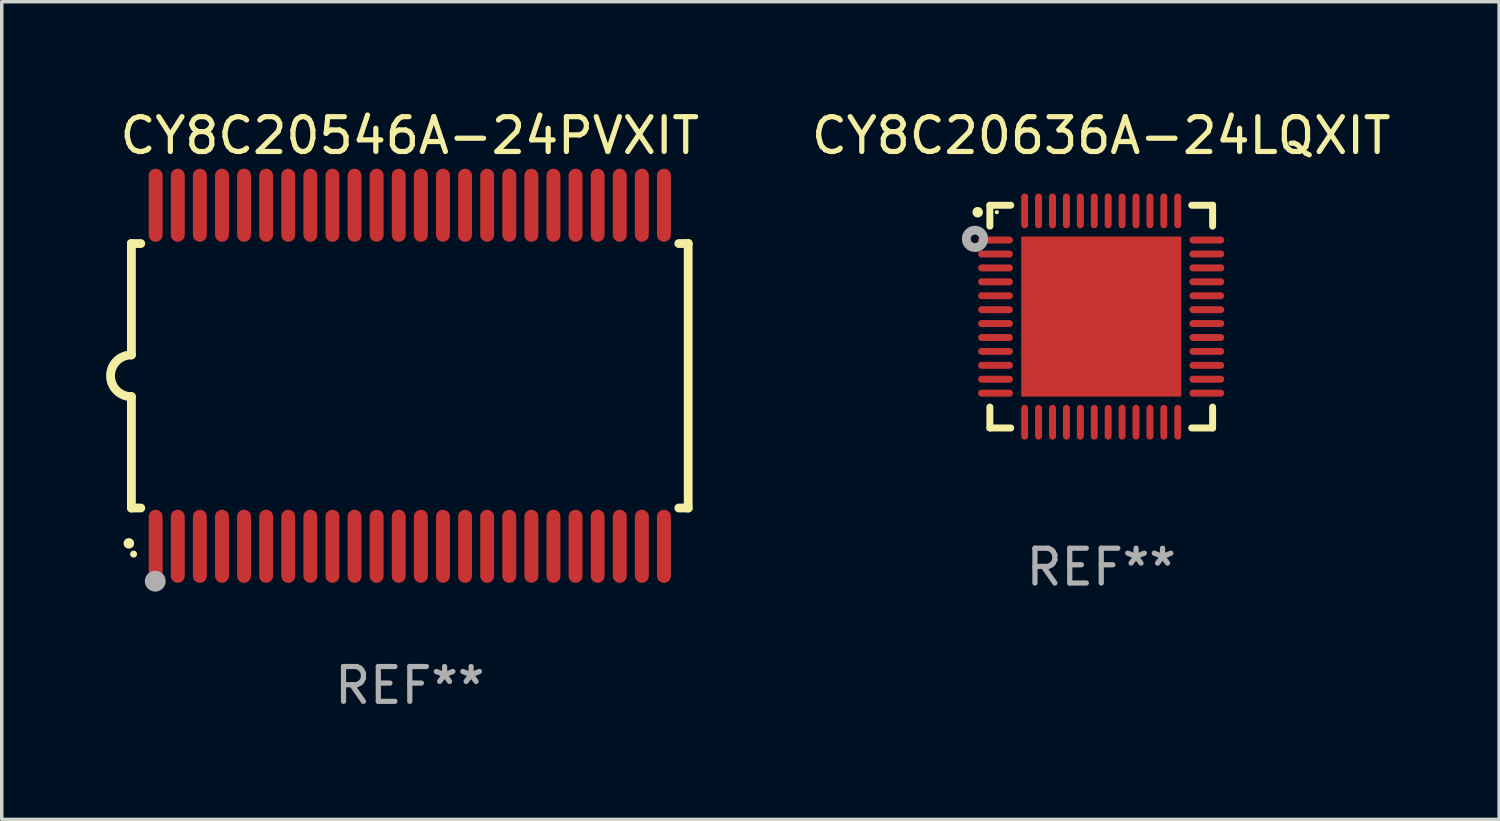
<source format=kicad_pcb>
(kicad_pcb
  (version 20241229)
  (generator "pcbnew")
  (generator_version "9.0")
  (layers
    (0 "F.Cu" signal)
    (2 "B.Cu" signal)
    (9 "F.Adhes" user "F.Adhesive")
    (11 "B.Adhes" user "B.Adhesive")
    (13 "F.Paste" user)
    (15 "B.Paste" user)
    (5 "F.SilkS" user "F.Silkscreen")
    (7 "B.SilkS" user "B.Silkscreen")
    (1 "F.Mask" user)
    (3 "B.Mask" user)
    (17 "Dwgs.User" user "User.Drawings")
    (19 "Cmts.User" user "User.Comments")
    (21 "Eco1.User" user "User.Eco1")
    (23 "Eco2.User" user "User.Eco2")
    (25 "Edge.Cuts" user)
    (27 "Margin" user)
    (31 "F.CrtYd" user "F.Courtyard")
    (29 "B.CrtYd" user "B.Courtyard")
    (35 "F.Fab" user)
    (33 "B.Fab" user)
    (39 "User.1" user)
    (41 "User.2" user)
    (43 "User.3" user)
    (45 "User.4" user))
  (footprint "CY8C20636A-24LQXIT"
    (layer "F.Cu")
    (at 28.595 6.048)
    (property "Reference" "CY8C20636A-24LQXIT" (at 0 -5.2 0) (layer "F.SilkS") (effects (font (size 1 1) (thickness 0.15))))
    (attr through_hole)
    (fp_line (start -3.2 -3.2) (end -2.6 -3.2) (stroke (width 0.2) (type solid)) (layer "F.SilkS"))
    (fp_line (start -3.2 -2.6) (end -3.2 -3.2) (stroke (width 0.2) (type solid)) (layer "F.SilkS"))
    (fp_line (start -3.2 3.2) (end -3.2 2.6) (stroke (width 0.2) (type solid)) (layer "F.SilkS"))
    (fp_line (start -2.6 3.2) (end -3.2 3.2) (stroke (width 0.2) (type solid)) (layer "F.SilkS"))
    (fp_line (start 2.6 -3.2) (end 3.2 -3.2) (stroke (width 0.2) (type solid)) (layer "F.SilkS"))
    (fp_line (start 2.6 3.2) (end 3.2 3.2) (stroke (width 0.2) (type solid)) (layer "F.SilkS"))
    (fp_line (start 3.2 -3.2) (end 3.2 -2.6) (stroke (width 0.2) (type solid)) (layer "F.SilkS"))
    (fp_line (start 3.2 3.2) (end 3.2 2.6) (stroke (width 0.2) (type solid)) (layer "F.SilkS"))
    (fp_arc (start -3.550025 -2.998349) (mid -3.55003 -2.999619) (end -3.550025 -3.000889) (stroke (width 0.3) (type solid)) (layer "F.SilkS"))
    (fp_circle (center -3 -3) (end -2.97 -3) (stroke (width 0.06) (type solid)) (fill no) (layer "F.SilkS"))
    (fp_circle (center -3.628 -2.234) (end -3.505 -2.234) (stroke (width 0.254) (type solid)) (fill no) (layer "F.Fab"))
    (fp_text user "REF**" (at 0 7.2 0) (layer "F.Fab") (effects (font (size 1 1) (thickness 0.15))))
    (pad "1" smd oval (at -3.038 -2.2) (size 1 0.2) (layers "F.Cu" "F.Mask" "F.Paste"))
    (pad "2" smd oval (at -3.038 -1.799) (size 1 0.2) (layers "F.Cu" "F.Mask" "F.Paste"))
    (pad "3" smd oval (at -3.038 -1.4) (size 1 0.2) (layers "F.Cu" "F.Mask" "F.Paste"))
    (pad "4" smd oval (at -3.038 -0.999) (size 1 0.2) (layers "F.Cu" "F.Mask" "F.Paste"))
    (pad "5" smd oval (at -3.038 -0.6) (size 1 0.2) (layers "F.Cu" "F.Mask" "F.Paste"))
    (pad "6" smd oval (at -3.038 -0.199) (size 1 0.2) (layers "F.Cu" "F.Mask" "F.Paste"))
    (pad "7" smd oval (at -3.038 0.2) (size 1 0.2) (layers "F.Cu" "F.Mask" "F.Paste"))
    (pad "8" smd oval (at -3.038 0.6) (size 1 0.2) (layers "F.Cu" "F.Mask" "F.Paste"))
    (pad "9" smd oval (at -3.038 1) (size 1 0.2) (layers "F.Cu" "F.Mask" "F.Paste"))
    (pad "10" smd oval (at -3.038 1.4) (size 1 0.2) (layers "F.Cu" "F.Mask" "F.Paste"))
    (pad "11" smd oval (at -3.038 1.8) (size 1 0.2) (layers "F.Cu" "F.Mask" "F.Paste"))
    (pad "12" smd oval (at -3.038 2.2) (size 1 0.2) (layers "F.Cu" "F.Mask" "F.Paste"))
    (pad "13" smd oval (at -2.2 3.035) (size 0.2 1) (layers "F.Cu" "F.Mask" "F.Paste"))
    (pad "14" smd oval (at -1.801 3.035) (size 0.2 1) (layers "F.Cu" "F.Mask" "F.Paste"))
    (pad "15" smd oval (at -1.4 3.035) (size 0.2 1) (layers "F.Cu" "F.Mask" "F.Paste"))
    (pad "16" smd oval (at -1 3.035) (size 0.2 1) (layers "F.Cu" "F.Mask" "F.Paste"))
    (pad "17" smd oval (at -0.6 3.035) (size 0.2 1) (layers "F.Cu" "F.Mask" "F.Paste"))
    (pad "18" smd oval (at -0.2 3.035) (size 0.2 1) (layers "F.Cu" "F.Mask" "F.Paste"))
    (pad "19" smd oval (at 0.199 3.035) (size 0.2 1) (layers "F.Cu" "F.Mask" "F.Paste"))
    (pad "20" smd oval (at 0.6 3.035) (size 0.2 1) (layers "F.Cu" "F.Mask" "F.Paste"))
    (pad "21" smd oval (at 0.999 3.035) (size 0.2 1) (layers "F.Cu" "F.Mask" "F.Paste"))
    (pad "22" smd oval (at 1.4 3.035) (size 0.2 1) (layers "F.Cu" "F.Mask" "F.Paste"))
    (pad "23" smd oval (at 1.799 3.035) (size 0.2 1) (layers "F.Cu" "F.Mask" "F.Paste"))
    (pad "24" smd oval (at 2.199 3.035) (size 0.2 1) (layers "F.Cu" "F.Mask" "F.Paste"))
    (pad "25" smd oval (at 3.034 2.2) (size 1 0.2) (layers "F.Cu" "F.Mask" "F.Paste"))
    (pad "26" smd oval (at 3.034 1.8) (size 1 0.2) (layers "F.Cu" "F.Mask" "F.Paste"))
    (pad "27" smd oval (at 3.034 1.4) (size 1 0.2) (layers "F.Cu" "F.Mask" "F.Paste"))
    (pad "28" smd oval (at 3.034 1) (size 1 0.2) (layers "F.Cu" "F.Mask" "F.Paste"))
    (pad "29" smd oval (at 3.034 0.6) (size 1 0.2) (layers "F.Cu" "F.Mask" "F.Paste"))
    (pad "30" smd oval (at 3.034 0.2) (size 1 0.2) (layers "F.Cu" "F.Mask" "F.Paste"))
    (pad "31" smd oval (at 3.034 -0.2) (size 1 0.2) (layers "F.Cu" "F.Mask" "F.Paste"))
    (pad "32" smd oval (at 3.034 -0.6) (size 1 0.2) (layers "F.Cu" "F.Mask" "F.Paste"))
    (pad "33" smd oval (at 3.034 -1) (size 1 0.2) (layers "F.Cu" "F.Mask" "F.Paste"))
    (pad "34" smd oval (at 3.034 -1.4) (size 1 0.2) (layers "F.Cu" "F.Mask" "F.Paste"))
    (pad "35" smd oval (at 3.034 -1.799) (size 1 0.2) (layers "F.Cu" "F.Mask" "F.Paste"))
    (pad "36" smd oval (at 3.034 -2.2) (size 1 0.2) (layers "F.Cu" "F.Mask" "F.Paste"))
    (pad "37" smd oval (at 2.199 -3.037) (size 0.2 1) (layers "F.Cu" "F.Mask" "F.Paste"))
    (pad "38" smd oval (at 1.799 -3.037) (size 0.2 1) (layers "F.Cu" "F.Mask" "F.Paste"))
    (pad "39" smd oval (at 1.4 -3.037) (size 0.2 1) (layers "F.Cu" "F.Mask" "F.Paste"))
    (pad "40" smd oval (at 0.999 -3.037) (size 0.2 1) (layers "F.Cu" "F.Mask" "F.Paste"))
    (pad "41" smd oval (at 0.6 -3.037) (size 0.2 1) (layers "F.Cu" "F.Mask" "F.Paste"))
    (pad "42" smd oval (at 0.199 -3.037) (size 0.2 1) (layers "F.Cu" "F.Mask" "F.Paste"))
    (pad "43" smd oval (at -0.2 -3.037) (size 0.2 1) (layers "F.Cu" "F.Mask" "F.Paste"))
    (pad "44" smd oval (at -0.6 -3.037) (size 0.2 1) (layers "F.Cu" "F.Mask" "F.Paste"))
    (pad "45" smd oval (at -1 -3.037) (size 0.2 1) (layers "F.Cu" "F.Mask" "F.Paste"))
    (pad "46" smd oval (at -1.4 -3.037) (size 0.2 1) (layers "F.Cu" "F.Mask" "F.Paste"))
    (pad "47" smd oval (at -1.801 -3.037) (size 0.2 1) (layers "F.Cu" "F.Mask" "F.Paste"))
    (pad "48" smd oval (at -2.2 -3.037) (size 0.2 1) (layers "F.Cu" "F.Mask" "F.Paste"))
    (pad "49" smd rect (at 0.001 -0.001) (size 4.6 4.6) (layers "F.Cu" "F.Mask" "F.Paste")))
  (footprint "CY8C20546A-24PVXIT"
    (layer "F.Cu")
    (at 8.726 7.748)
    (property "Reference" "CY8C20546A-24PVXIT" (at 0 -6.9 0) (layer "F.SilkS") (effects (font (size 1 1) (thickness 0.15))))
    (attr through_hole)
    (fp_line (start -8 -3.8) (end -8 -0.599) (stroke (width 0.254) (type solid)) (layer "F.SilkS"))
    (fp_line (start -8 -3.8) (end -7.731 -3.8) (stroke (width 0.254) (type solid)) (layer "F.SilkS"))
    (fp_line (start -8 3.8) (end -8 0.599) (stroke (width 0.254) (type solid)) (layer "F.SilkS"))
    (fp_line (start -7.731 3.8) (end -8 3.8) (stroke (width 0.254) (type solid)) (layer "F.SilkS"))
    (fp_line (start 7.731 -3.8) (end 8 -3.8) (stroke (width 0.254) (type solid)) (layer "F.SilkS"))
    (fp_line (start 8 -3.8) (end 8 3.8) (stroke (width 0.254) (type solid)) (layer "F.SilkS"))
    (fp_line (start 8 3.8) (end 7.731 3.8) (stroke (width 0.254) (type solid)) (layer "F.SilkS"))
    (fp_arc (start -8.074676 4.81585) (mid -8.073406 4.815845) (end -8.072136 4.81585) (stroke (width 0.3) (type solid)) (layer "F.SilkS"))
    (fp_arc (start -8.000025 0.6) (mid -8.598908 0.00056) (end -8.000027 -0.598882) (stroke (width 0.254001) (type solid)) (layer "F.SilkS"))
    (fp_circle (center -7.937 5.125) (end -7.887 5.125) (stroke (width 0.1) (type solid)) (fill no) (layer "F.SilkS"))
    (fp_circle (center -7.315 5.903) (end -7.165 5.903) (stroke (width 0.3) (type solid)) (fill no) (layer "F.Fab"))
    (fp_text user "REF**" (at 0 8.9 0) (layer "F.Fab") (effects (font (size 1 1) (thickness 0.15))))
    (pad "1" smd oval (at -7.303 4.9) (size 0.4 2.1) (layers "F.Cu" "F.Mask" "F.Paste"))
    (pad "2" smd oval (at -6.668 4.9) (size 0.4 2.1) (layers "F.Cu" "F.Mask" "F.Paste"))
    (pad "3" smd oval (at -6.033 4.9) (size 0.4 2.1) (layers "F.Cu" "F.Mask" "F.Paste"))
    (pad "4" smd oval (at -5.398 4.9) (size 0.4 2.1) (layers "F.Cu" "F.Mask" "F.Paste"))
    (pad "5" smd oval (at -4.763 4.9) (size 0.4 2.1) (layers "F.Cu" "F.Mask" "F.Paste"))
    (pad "6" smd oval (at -4.128 4.9) (size 0.4 2.1) (layers "F.Cu" "F.Mask" "F.Paste"))
    (pad "7" smd oval (at -3.493 4.9) (size 0.4 2.1) (layers "F.Cu" "F.Mask" "F.Paste"))
    (pad "8" smd oval (at -2.858 4.9) (size 0.4 2.1) (layers "F.Cu" "F.Mask" "F.Paste"))
    (pad "9" smd oval (at -2.223 4.9) (size 0.4 2.1) (layers "F.Cu" "F.Mask" "F.Paste"))
    (pad "10" smd oval (at -1.588 4.9) (size 0.4 2.1) (layers "F.Cu" "F.Mask" "F.Paste"))
    (pad "11" smd oval (at -0.953 4.9) (size 0.4 2.1) (layers "F.Cu" "F.Mask" "F.Paste"))
    (pad "12" smd oval (at -0.318 4.9) (size 0.4 2.1) (layers "F.Cu" "F.Mask" "F.Paste"))
    (pad "13" smd oval (at 0.318 4.9) (size 0.4 2.1) (layers "F.Cu" "F.Mask" "F.Paste"))
    (pad "14" smd oval (at 0.953 4.9) (size 0.4 2.1) (layers "F.Cu" "F.Mask" "F.Paste"))
    (pad "15" smd oval (at 1.588 4.9) (size 0.4 2.1) (layers "F.Cu" "F.Mask" "F.Paste"))
    (pad "16" smd oval (at 2.223 4.9) (size 0.4 2.1) (layers "F.Cu" "F.Mask" "F.Paste"))
    (pad "17" smd oval (at 2.858 4.9) (size 0.4 2.1) (layers "F.Cu" "F.Mask" "F.Paste"))
    (pad "18" smd oval (at 3.493 4.9) (size 0.4 2.1) (layers "F.Cu" "F.Mask" "F.Paste"))
    (pad "19" smd oval (at 4.128 4.9) (size 0.4 2.1) (layers "F.Cu" "F.Mask" "F.Paste"))
    (pad "20" smd oval (at 4.763 4.9) (size 0.4 2.1) (layers "F.Cu" "F.Mask" "F.Paste"))
    (pad "21" smd oval (at 5.398 4.9) (size 0.4 2.1) (layers "F.Cu" "F.Mask" "F.Paste"))
    (pad "22" smd oval (at 6.033 4.9) (size 0.4 2.1) (layers "F.Cu" "F.Mask" "F.Paste"))
    (pad "23" smd oval (at 6.668 4.9) (size 0.4 2.1) (layers "F.Cu" "F.Mask" "F.Paste"))
    (pad "24" smd oval (at 7.303 4.9) (size 0.4 2.1) (layers "F.Cu" "F.Mask" "F.Paste"))
    (pad "25" smd oval (at 7.303 -4.9 180) (size 0.4 2.1) (layers "F.Cu" "F.Mask" "F.Paste"))
    (pad "26" smd oval (at 6.668 -4.9 180) (size 0.4 2.1) (layers "F.Cu" "F.Mask" "F.Paste"))
    (pad "27" smd oval (at 6.033 -4.9 180) (size 0.4 2.1) (layers "F.Cu" "F.Mask" "F.Paste"))
    (pad "28" smd oval (at 5.398 -4.9 180) (size 0.4 2.1) (layers "F.Cu" "F.Mask" "F.Paste"))
    (pad "29" smd oval (at 4.763 -4.9 180) (size 0.4 2.1) (layers "F.Cu" "F.Mask" "F.Paste"))
    (pad "30" smd oval (at 4.128 -4.9 180) (size 0.4 2.1) (layers "F.Cu" "F.Mask" "F.Paste"))
    (pad "31" smd oval (at 3.493 -4.9 180) (size 0.4 2.1) (layers "F.Cu" "F.Mask" "F.Paste"))
    (pad "32" smd oval (at 2.858 -4.9 180) (size 0.4 2.1) (layers "F.Cu" "F.Mask" "F.Paste"))
    (pad "33" smd oval (at 2.223 -4.9 180) (size 0.4 2.1) (layers "F.Cu" "F.Mask" "F.Paste"))
    (pad "34" smd oval (at 1.588 -4.9 180) (size 0.4 2.1) (layers "F.Cu" "F.Mask" "F.Paste"))
    (pad "35" smd oval (at 0.953 -4.9 180) (size 0.4 2.1) (layers "F.Cu" "F.Mask" "F.Paste"))
    (pad "36" smd oval (at 0.318 -4.9 180) (size 0.4 2.1) (layers "F.Cu" "F.Mask" "F.Paste"))
    (pad "37" smd oval (at -0.318 -4.9 180) (size 0.4 2.1) (layers "F.Cu" "F.Mask" "F.Paste"))
    (pad "38" smd oval (at -0.953 -4.9 180) (size 0.4 2.1) (layers "F.Cu" "F.Mask" "F.Paste"))
    (pad "39" smd oval (at -1.588 -4.9 180) (size 0.4 2.1) (layers "F.Cu" "F.Mask" "F.Paste"))
    (pad "40" smd oval (at -2.223 -4.9 180) (size 0.4 2.1) (layers "F.Cu" "F.Mask" "F.Paste"))
    (pad "41" smd oval (at -2.858 -4.9 180) (size 0.4 2.1) (layers "F.Cu" "F.Mask" "F.Paste"))
    (pad "42" smd oval (at -3.493 -4.9 180) (size 0.4 2.1) (layers "F.Cu" "F.Mask" "F.Paste"))
    (pad "43" smd oval (at -4.128 -4.9 180) (size 0.4 2.1) (layers "F.Cu" "F.Mask" "F.Paste"))
    (pad "44" smd oval (at -4.763 -4.9 180) (size 0.4 2.1) (layers "F.Cu" "F.Mask" "F.Paste"))
    (pad "45" smd oval (at -5.398 -4.9 180) (size 0.4 2.1) (layers "F.Cu" "F.Mask" "F.Paste"))
    (pad "46" smd oval (at -6.033 -4.9 180) (size 0.4 2.1) (layers "F.Cu" "F.Mask" "F.Paste"))
    (pad "47" smd oval (at -6.668 -4.9 180) (size 0.4 2.1) (layers "F.Cu" "F.Mask" "F.Paste"))
    (pad "48" smd oval (at -7.303 -4.9 180) (size 0.4 2.1) (layers "F.Cu" "F.Mask" "F.Paste")))
  (gr_rect
    (start -3 -3)
    (end 40.029 20.496)
    (stroke (width 0.1) (type default))
    (fill no)
    (layer "Edge.Cuts")))
</source>
